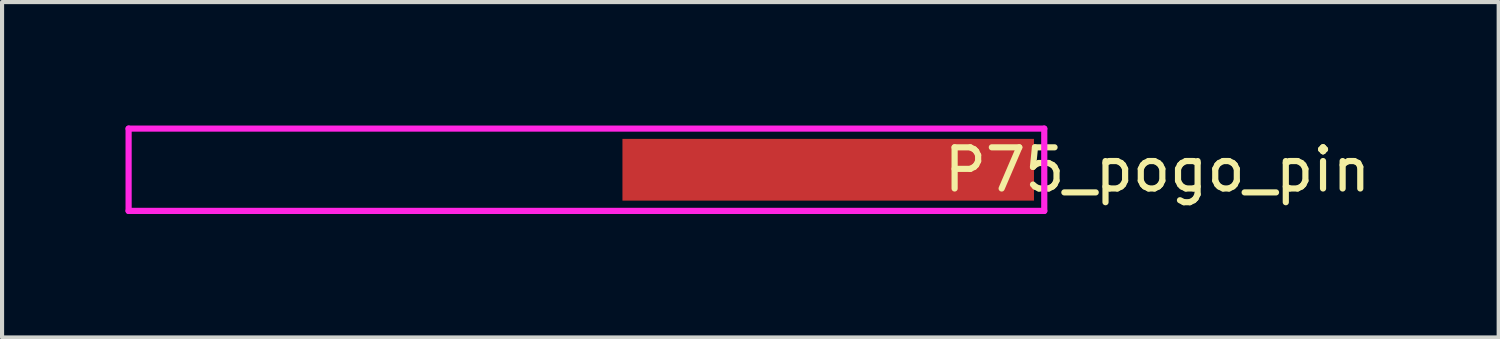
<source format=kicad_pcb>
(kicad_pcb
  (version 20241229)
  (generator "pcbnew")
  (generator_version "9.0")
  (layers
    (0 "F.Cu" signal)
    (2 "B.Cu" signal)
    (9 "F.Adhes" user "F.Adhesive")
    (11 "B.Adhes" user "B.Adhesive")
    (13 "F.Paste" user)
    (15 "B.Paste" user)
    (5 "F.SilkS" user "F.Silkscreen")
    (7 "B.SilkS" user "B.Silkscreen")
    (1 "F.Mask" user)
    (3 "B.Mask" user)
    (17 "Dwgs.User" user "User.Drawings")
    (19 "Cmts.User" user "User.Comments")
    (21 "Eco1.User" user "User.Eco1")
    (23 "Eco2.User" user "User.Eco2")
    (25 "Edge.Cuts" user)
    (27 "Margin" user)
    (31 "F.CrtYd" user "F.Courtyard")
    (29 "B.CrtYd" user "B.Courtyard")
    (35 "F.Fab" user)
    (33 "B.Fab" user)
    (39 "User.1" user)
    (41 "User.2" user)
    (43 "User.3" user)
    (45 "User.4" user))
  (footprint "P75_pogo_pin"
    (layer "F.Cu")
    (at 17.075 1.075)
    (property "Reference" "P75_pogo_pin" (at 8 0 0) (layer "F.SilkS") (effects (font (size 1 1) (thickness 0.15))))
    (attr through_hole)
    (fp_line (start -17 -1) (end -17 1) (stroke (width 0.15) (type solid)) (layer "F.CrtYd"))
    (fp_line (start -17 1) (end 5.25 1) (stroke (width 0.15) (type solid)) (layer "F.CrtYd"))
    (fp_line (start 5.25 -1) (end -17 -1) (stroke (width 0.15) (type solid)) (layer "F.CrtYd"))
    (fp_line (start 5.25 1) (end 5.25 -1) (stroke (width 0.15) (type solid)) (layer "F.CrtYd"))
    (pad "1" smd rect (at 0 0) (size 10 1.5) (layers "F.Cu" "F.Mask" "F.Paste")))
  (gr_rect
    (start -3 -3)
    (end 33.367 5.15)
    (stroke (width 0.1) (type default))
    (fill no)
    (layer "Edge.Cuts")))
</source>
